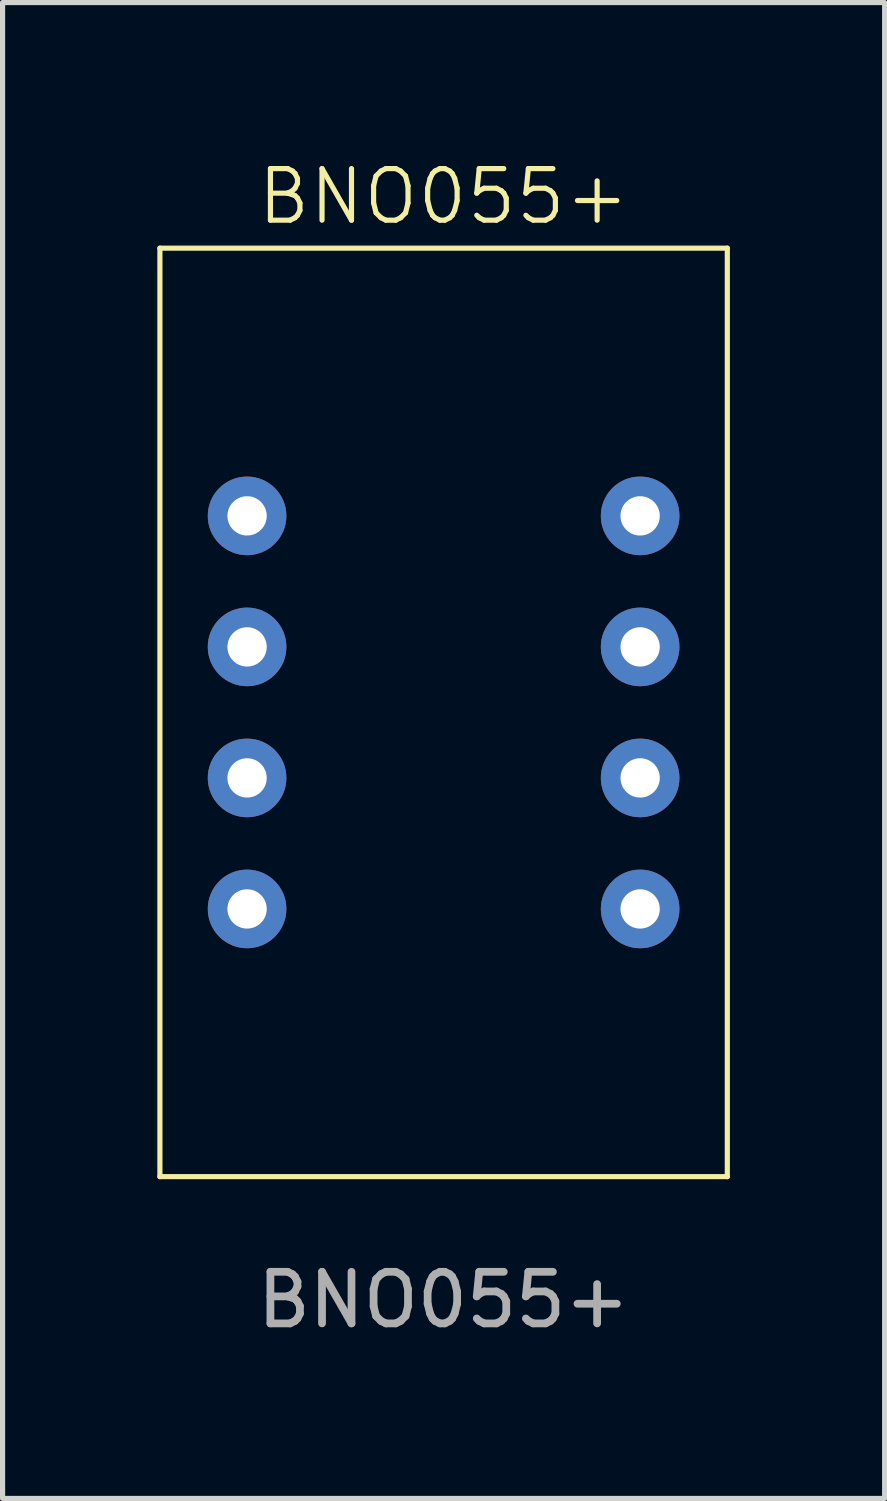
<source format=kicad_pcb>
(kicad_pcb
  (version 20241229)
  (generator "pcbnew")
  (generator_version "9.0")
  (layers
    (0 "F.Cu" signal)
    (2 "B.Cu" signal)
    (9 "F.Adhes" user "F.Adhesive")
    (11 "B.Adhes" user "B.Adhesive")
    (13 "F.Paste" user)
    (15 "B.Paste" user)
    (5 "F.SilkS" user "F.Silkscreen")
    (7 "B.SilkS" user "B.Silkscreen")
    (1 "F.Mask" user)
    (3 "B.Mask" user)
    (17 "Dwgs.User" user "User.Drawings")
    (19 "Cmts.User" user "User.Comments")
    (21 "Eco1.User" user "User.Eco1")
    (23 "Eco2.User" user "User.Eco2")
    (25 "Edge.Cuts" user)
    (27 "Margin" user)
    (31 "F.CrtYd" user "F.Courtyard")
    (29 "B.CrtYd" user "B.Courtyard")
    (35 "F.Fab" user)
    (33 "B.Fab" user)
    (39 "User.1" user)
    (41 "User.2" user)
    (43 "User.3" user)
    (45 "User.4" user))
  (footprint "BNO055+"
    (layer "F.Cu")
    (at 5.55 10.761)
    (property "Reference" "BNO055+" (at 0 -10 0) (unlocked yes) (layer "F.SilkS") (effects (font (size 1 1) (thickness 0.1))))
    (attr through_hole)
    (fp_line (start -5.5 -9) (end -5.5 9) (stroke (width 0.1) (type default)) (layer "F.SilkS"))
    (fp_line (start -5.5 9) (end 5.5 9) (stroke (width 0.1) (type default)) (layer "F.SilkS"))
    (fp_line (start 5.5 -9) (end -5.5 -9) (stroke (width 0.1) (type default)) (layer "F.SilkS"))
    (fp_line (start 5.5 9) (end 5.5 -9) (stroke (width 0.1) (type default)) (layer "F.SilkS"))
    (fp_text user "${REFERENCE}" (at 0 11.39 0) (unlocked yes) (layer "F.Fab") (effects (font (size 1 1) (thickness 0.15))))
    (pad "1" thru_hole circle (at -3.81 -3.81) (size 1.524 1.524) (drill 0.762) (layers "*.Cu" "*.Mask"))
    (pad "2" thru_hole circle (at -3.81 -1.27) (size 1.524 1.524) (drill 0.762) (layers "*.Cu" "*.Mask"))
    (pad "3" thru_hole circle (at -3.81 1.27) (size 1.524 1.524) (drill 0.762) (layers "*.Cu" "*.Mask"))
    (pad "4" thru_hole circle (at -3.81 3.81) (size 1.524 1.524) (drill 0.762) (layers "*.Cu" "*.Mask"))
    (pad "5" thru_hole circle (at 3.81 -3.81) (size 1.524 1.524) (drill 0.762) (layers "*.Cu" "*.Mask"))
    (pad "6" thru_hole circle (at 3.81 -1.27) (size 1.524 1.524) (drill 0.762) (layers "*.Cu" "*.Mask"))
    (pad "7" thru_hole circle (at 3.81 1.27) (size 1.524 1.524) (drill 0.762) (layers "*.Cu" "*.Mask"))
    (pad "8" thru_hole circle (at 3.81 3.81) (size 1.524 1.524) (drill 0.762) (layers "*.Cu" "*.Mask")))
  (gr_rect
    (start -3 -3)
    (end 14.1 25.999)
    (stroke (width 0.1) (type default))
    (fill no)
    (layer "Edge.Cuts")))
</source>
